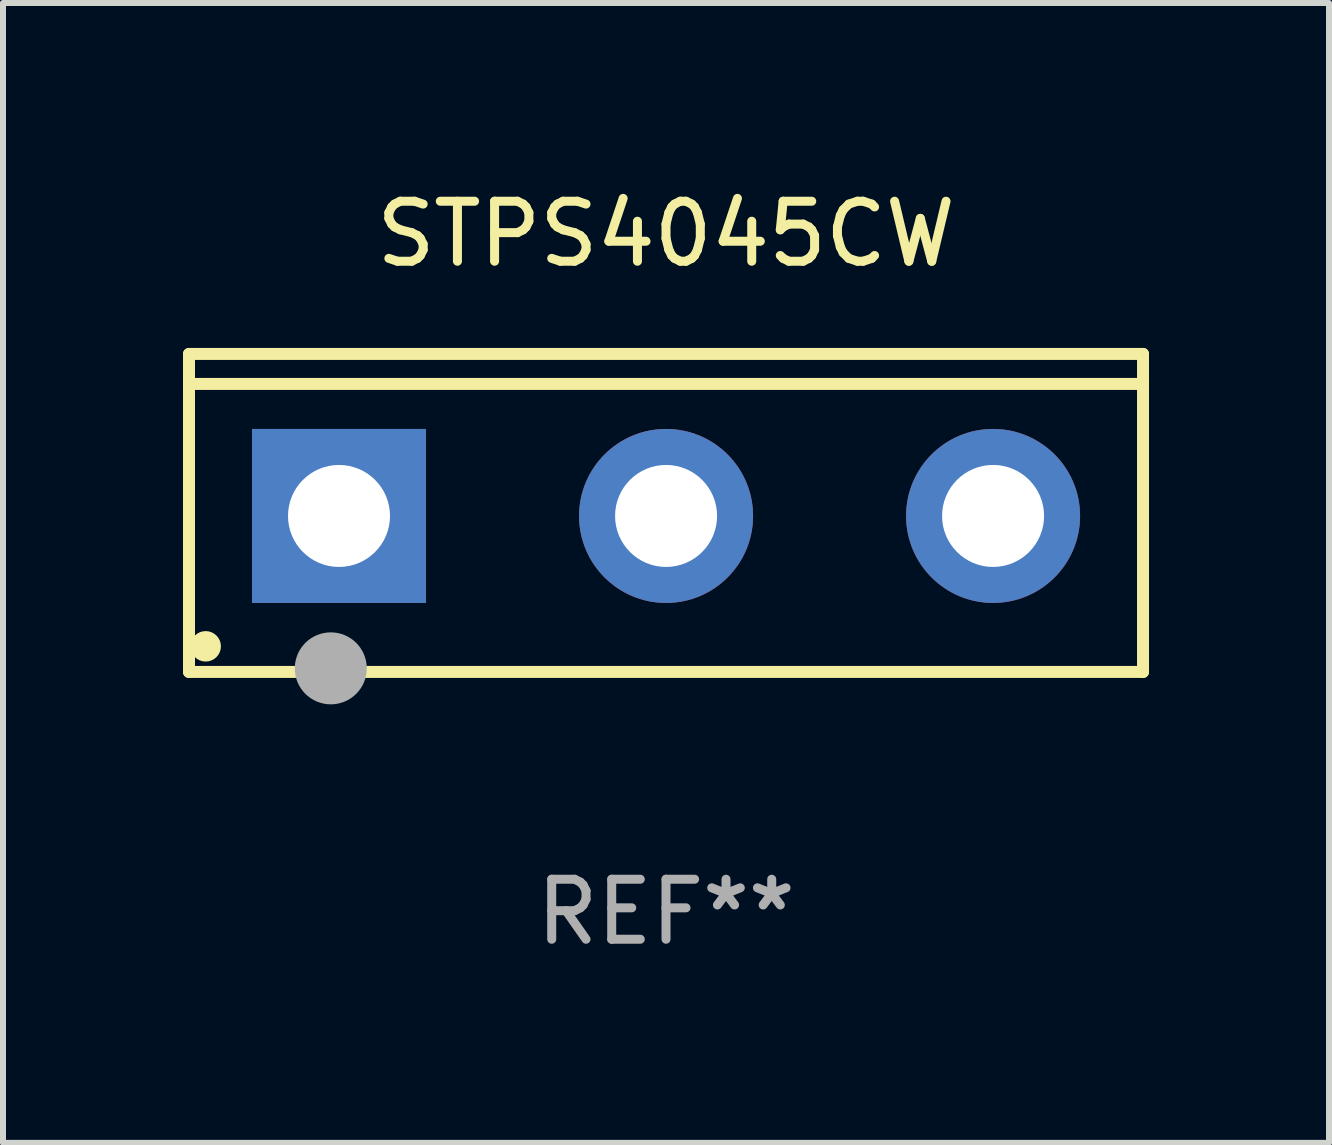
<source format=kicad_pcb>
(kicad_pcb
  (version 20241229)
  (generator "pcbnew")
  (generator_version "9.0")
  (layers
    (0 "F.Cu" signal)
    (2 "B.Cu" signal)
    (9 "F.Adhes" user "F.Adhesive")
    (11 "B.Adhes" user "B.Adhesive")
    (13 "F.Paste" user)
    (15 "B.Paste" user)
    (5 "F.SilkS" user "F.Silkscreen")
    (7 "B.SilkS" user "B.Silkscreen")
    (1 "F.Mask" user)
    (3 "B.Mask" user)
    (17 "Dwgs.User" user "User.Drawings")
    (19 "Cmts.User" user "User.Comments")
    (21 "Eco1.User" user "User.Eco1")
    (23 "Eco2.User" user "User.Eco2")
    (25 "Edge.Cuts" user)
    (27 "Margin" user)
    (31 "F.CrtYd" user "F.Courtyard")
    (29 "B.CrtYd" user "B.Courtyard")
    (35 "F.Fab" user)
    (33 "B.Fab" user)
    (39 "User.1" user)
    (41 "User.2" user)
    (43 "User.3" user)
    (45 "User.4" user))
  (footprint "STPS4045CW"
    (layer "F.Cu")
    (at 8.05 5.499)
    (property "Reference" "STPS4045CW" (at 0 -4.65 0) (layer "F.SilkS") (effects (font (size 1 1) (thickness 0.15))))
    (attr through_hole)
    (fp_line (start -7.95 -2.65) (end -7.95 2.65) (stroke (width 0.2) (type solid)) (layer "F.SilkS"))
    (fp_line (start -7.95 -2.15) (end 7.95 -2.15) (stroke (width 0.2) (type solid)) (layer "F.SilkS"))
    (fp_line (start -7.95 2.65) (end 7.95 2.65) (stroke (width 0.2) (type solid)) (layer "F.SilkS"))
    (fp_line (start 7.95 -2.65) (end -7.95 -2.65) (stroke (width 0.2) (type solid)) (layer "F.SilkS"))
    (fp_line (start 7.95 2.65) (end 7.95 -2.65) (stroke (width 0.2) (type solid)) (layer "F.SilkS"))
    (fp_circle (center -7.672 2.223) (end -7.545 2.223) (stroke (width 0.254) (type solid)) (fill no) (layer "F.SilkS"))
    (fp_circle (center -5.587 2.59) (end -5.287 2.59) (stroke (width 0.6) (type solid)) (fill no) (layer "F.Fab"))
    (fp_text user "REF**" (at 0 6.65 0) (layer "F.Fab") (effects (font (size 1 1) (thickness 0.15))))
    (pad "1" thru_hole rect (at -5.45 0.05) (size 2.9 2.9) (drill 1.7) (layers "*.Cu" "*.Mask"))
    (pad "2" thru_hole circle (at 0.001 0.05) (size 2.9 2.9) (drill 1.7) (layers "*.Cu" "*.Mask"))
    (pad "3" thru_hole circle (at 5.451 0.05) (size 2.9 2.9) (drill 1.7) (layers "*.Cu" "*.Mask")))
  (gr_rect
    (start -3 -3)
    (end 19.1 15.997)
    (stroke (width 0.1) (type default))
    (fill no)
    (layer "Edge.Cuts")))
</source>
